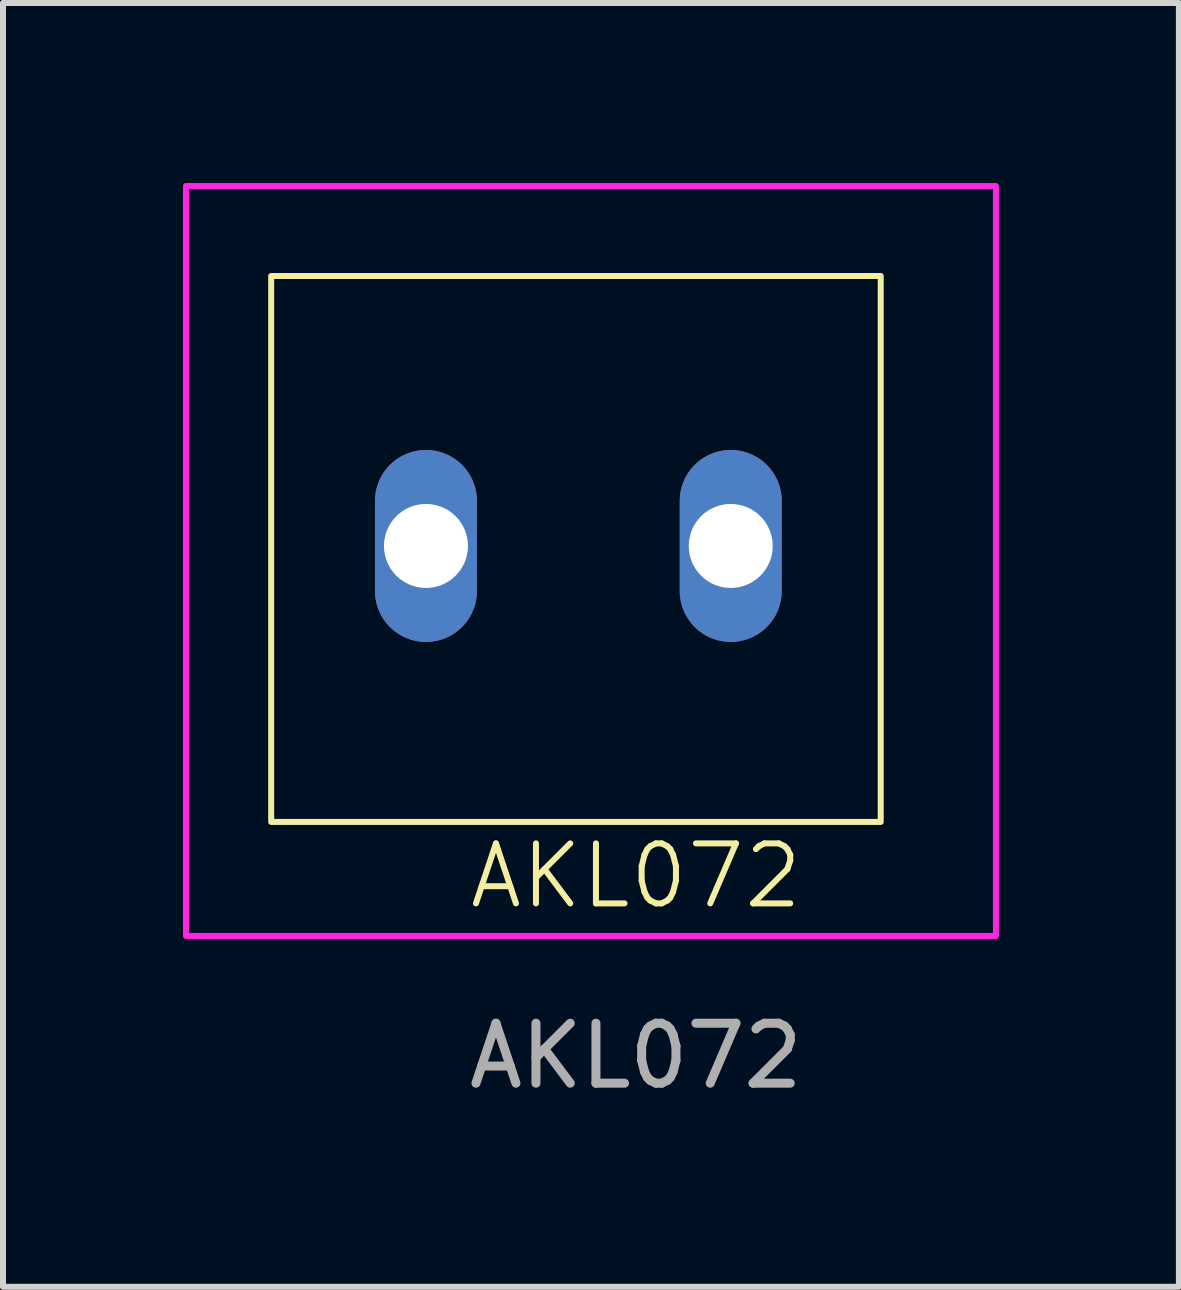
<source format=kicad_pcb>
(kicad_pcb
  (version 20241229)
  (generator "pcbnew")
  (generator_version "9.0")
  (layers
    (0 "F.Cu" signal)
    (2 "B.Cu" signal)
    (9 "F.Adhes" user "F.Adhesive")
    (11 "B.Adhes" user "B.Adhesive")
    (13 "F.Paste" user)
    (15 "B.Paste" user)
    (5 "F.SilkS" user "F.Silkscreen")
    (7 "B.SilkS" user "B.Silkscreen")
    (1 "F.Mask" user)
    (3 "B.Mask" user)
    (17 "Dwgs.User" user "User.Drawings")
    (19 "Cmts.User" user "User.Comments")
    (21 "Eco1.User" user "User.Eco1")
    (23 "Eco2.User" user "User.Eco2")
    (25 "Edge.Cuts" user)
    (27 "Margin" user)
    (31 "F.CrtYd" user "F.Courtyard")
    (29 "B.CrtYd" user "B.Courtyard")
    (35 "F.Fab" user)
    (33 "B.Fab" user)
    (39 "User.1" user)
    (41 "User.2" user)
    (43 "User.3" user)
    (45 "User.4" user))
  (footprint "AKL072"
    (layer "F.Cu")
    (at 7.55 12.05)
    (property "Reference" "AKL072" (at 0 -0.5 0) (unlocked yes) (layer "F.SilkS") (effects (font (size 1 1) (thickness 0.1))))
    (attr smd)
    (fp_rect (start -6.08 -10.5) (end 4.08 -1.4) (stroke (width 0.1) (type default)) (fill no) (layer "F.SilkS"))
    (fp_rect (start -7.5 -12) (end 6 0.5) (stroke (width 0.1) (type default)) (fill no) (layer "F.CrtYd"))
    (fp_text user "${REFERENCE}" (at 0 2.5 0) (unlocked yes) (layer "F.Fab") (effects (font (size 1 1) (thickness 0.15))))
    (pad "1" thru_hole oval (at -3.5 -6 90) (size 3.2 1.7) (drill 1.4) (layers "*.Cu" "*.Mask"))
    (pad "2" thru_hole oval (at 1.58 -6 90) (size 3.2 1.7) (drill 1.4) (layers "*.Cu" "*.Mask")))
  (gr_rect
    (start -3 -3)
    (end 16.6 18.398)
    (stroke (width 0.1) (type default))
    (fill no)
    (layer "Edge.Cuts")))
</source>
